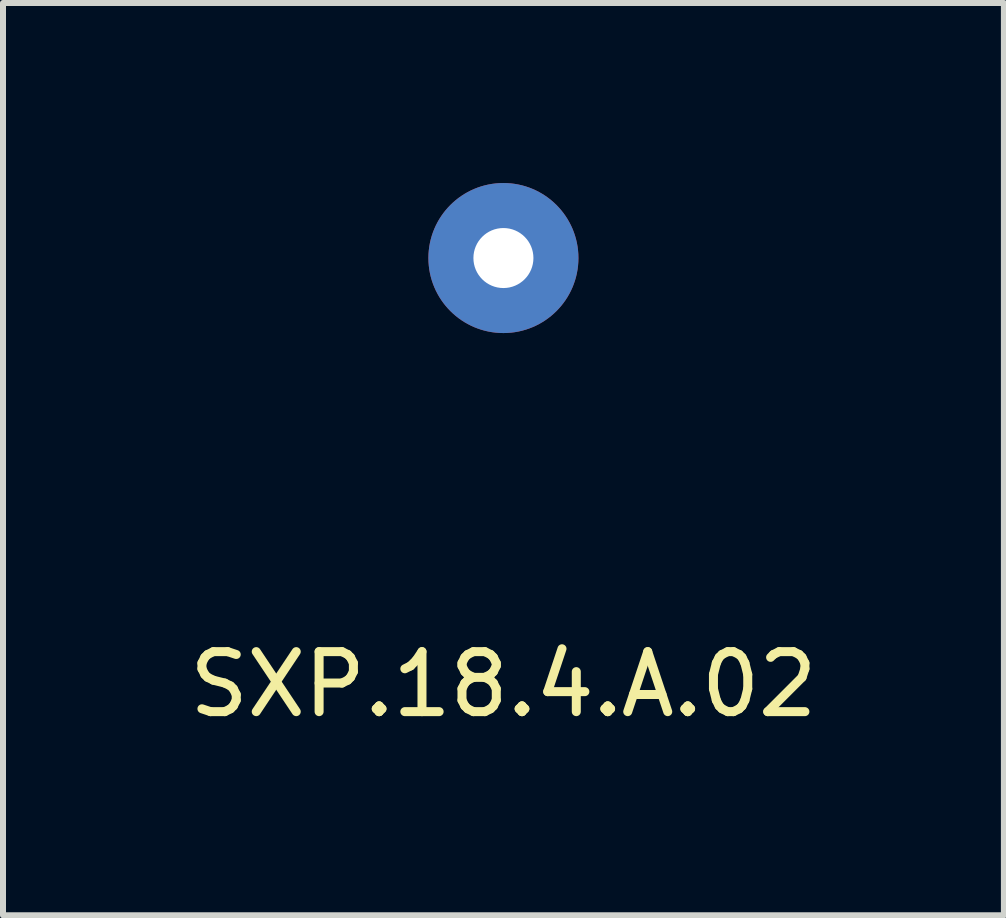
<source format=kicad_pcb>
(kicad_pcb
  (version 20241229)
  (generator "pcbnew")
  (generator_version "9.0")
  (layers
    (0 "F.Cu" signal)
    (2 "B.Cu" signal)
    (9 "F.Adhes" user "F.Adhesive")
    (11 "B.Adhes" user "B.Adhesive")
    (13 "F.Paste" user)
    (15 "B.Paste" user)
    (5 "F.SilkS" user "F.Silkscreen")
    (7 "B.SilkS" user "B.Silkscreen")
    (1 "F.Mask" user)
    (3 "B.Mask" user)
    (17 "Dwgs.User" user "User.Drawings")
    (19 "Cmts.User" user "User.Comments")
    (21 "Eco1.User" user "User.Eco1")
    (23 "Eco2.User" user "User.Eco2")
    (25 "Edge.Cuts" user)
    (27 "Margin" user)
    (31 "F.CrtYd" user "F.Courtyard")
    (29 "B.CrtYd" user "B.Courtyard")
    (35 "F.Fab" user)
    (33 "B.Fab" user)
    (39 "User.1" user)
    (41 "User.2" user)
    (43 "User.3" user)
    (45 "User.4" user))
  (footprint "SXP.18.4.A.02"
    (layer "F.Cu")
    (at 5.339 1.25)
    (property "Reference" "SXP.18.4.A.02" (at 0 7.104 0) (layer "F.SilkS") (effects (font (size 1 1) (thickness 0.15))))
    (attr through_hole)
    (pad "1" thru_hole circle (at 0 0) (size 2.5 2.5) (drill 1) (layers "B.Cu" "B.Mask")))
  (gr_rect
    (start -3 -3)
    (end 13.679 12.202)
    (stroke (width 0.1) (type default))
    (fill no)
    (layer "Edge.Cuts")))
</source>
